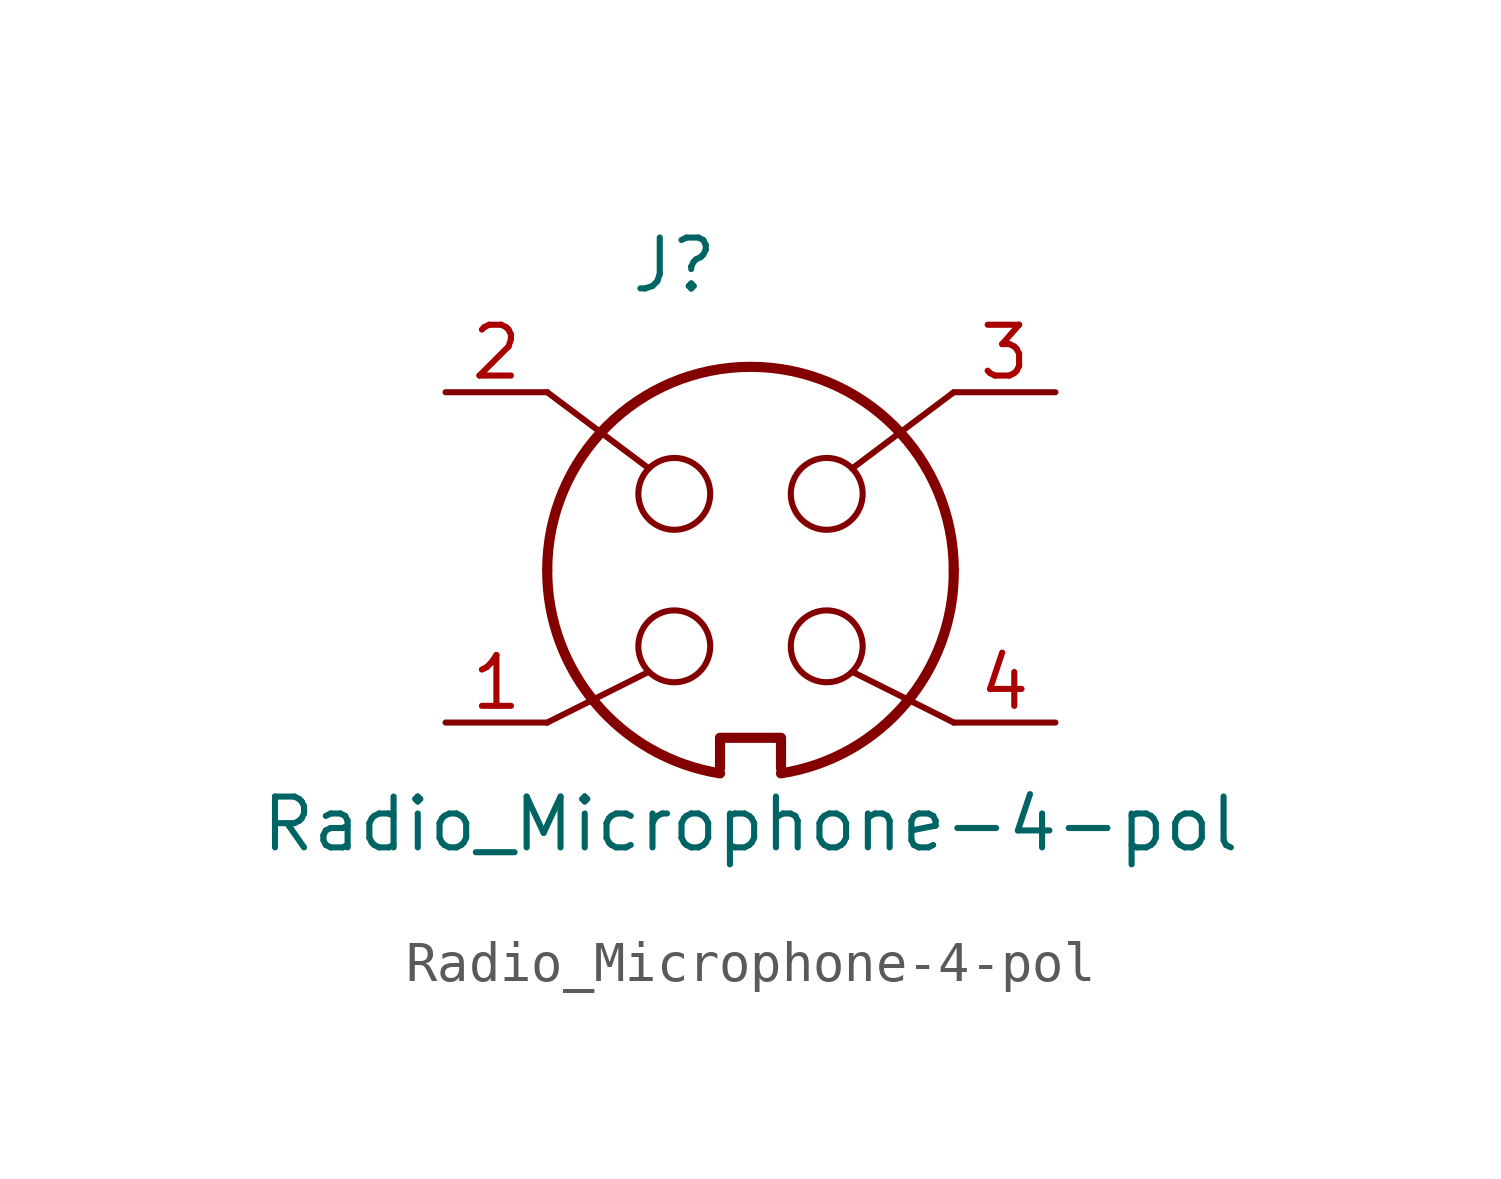
<source format=kicad_sym>
(kicad_symbol_lib
  (version 20211014)
  (generator kicad_symbol_editor)
  (symbol "Radio_Microphone-4-pol"
    (pin_names
      (offset 1.016))
    (property "Reference" "J"
      (at 5.715 11.43 0)
      (effects (font (size 1.27 1.27))))
    (property "Value" "Radio_Microphone-4-pol"
      (at 7.62 -2.54 0)
      (effects (font (size 1.27 1.27))))
    (symbol "Radio_Microphone-4-pol_0_1"
      (polyline (pts (xy 2.54 8.255) (xy 5.08 6.35)) (stroke (width 0) (type default) (color 0 0 0 0)) (fill (type none)))
      (polyline (pts (xy 5.08 1.27) (xy 2.54 0)) (stroke (width 0) (type default) (color 0 0 0 0)) (fill (type none)))
      (polyline (pts (xy 12.7 0) (xy 10.16 1.27)) (stroke (width 0) (type default) (color 0 0 0 0)) (fill (type none)))
      (polyline (pts (xy 12.7 8.255) (xy 10.16 6.35)) (stroke (width 0) (type default) (color 0 0 0 0)) (fill (type none)))
      (polyline (pts (xy 6.858 -1.143) (xy 6.858 -0.381) (xy 8.382 -0.381) (xy 8.382 -1.143)) (stroke (width 0.254) (type default) (color 0 0 0 0)) (fill (type none)))
      (arc (start 2.54 3.81) (mid 3.7603 0.4721) (end 6.858 -1.27) (stroke (width 0.254) (type default) (color 0 0 0 0)) (fill (type none)))
      (circle (center 5.715 1.905) (radius 0.898) (stroke (width 0) (type default) (color 0 0 0 0)) (fill (type none)))
      (circle (center 5.715 5.715) (radius 0.898) (stroke (width 0) (type default) (color 0 0 0 0)) (fill (type none)))
      (arc (start 8.382 -1.27) (mid 11.4873 0.4656) (end 12.7 3.81) (stroke (width 0.254) (type default) (color 0 0 0 0)) (fill (type none)))
      (circle (center 9.525 1.905) (radius 0.898) (stroke (width 0) (type default) (color 0 0 0 0)) (fill (type none)))
      (circle (center 9.525 5.715) (radius 0.898) (stroke (width 0) (type default) (color 0 0 0 0)) (fill (type none)))
      (arc (start 12.7 3.81) (mid 7.62 8.89) (end 2.54 3.81) (stroke (width 0.254) (type default) (color 0 0 0 0)) (fill (type none))))
    (symbol "Radio_Microphone-4-pol_1_1"
      (pin passive line (at 0 0 0) (length 2.54) (name "~" (effects (font (size 1.27 1.27)))) (number "1" (effects (font (size 1.27 1.27)))))
      (pin passive line (at 0 8.255 0) (length 2.54) (name "~" (effects (font (size 1.27 1.27)))) (number "2" (effects (font (size 1.27 1.27)))))
      (pin passive line (at 15.24 8.255 180) (length 2.54) (name "~" (effects (font (size 1.27 1.27)))) (number "3" (effects (font (size 1.27 1.27)))))
      (pin passive line (at 15.24 0 180) (length 2.54) (name "~" (effects (font (size 1.27 1.27)))) (number "4" (effects (font (size 1.27 1.27))))))))
</source>
